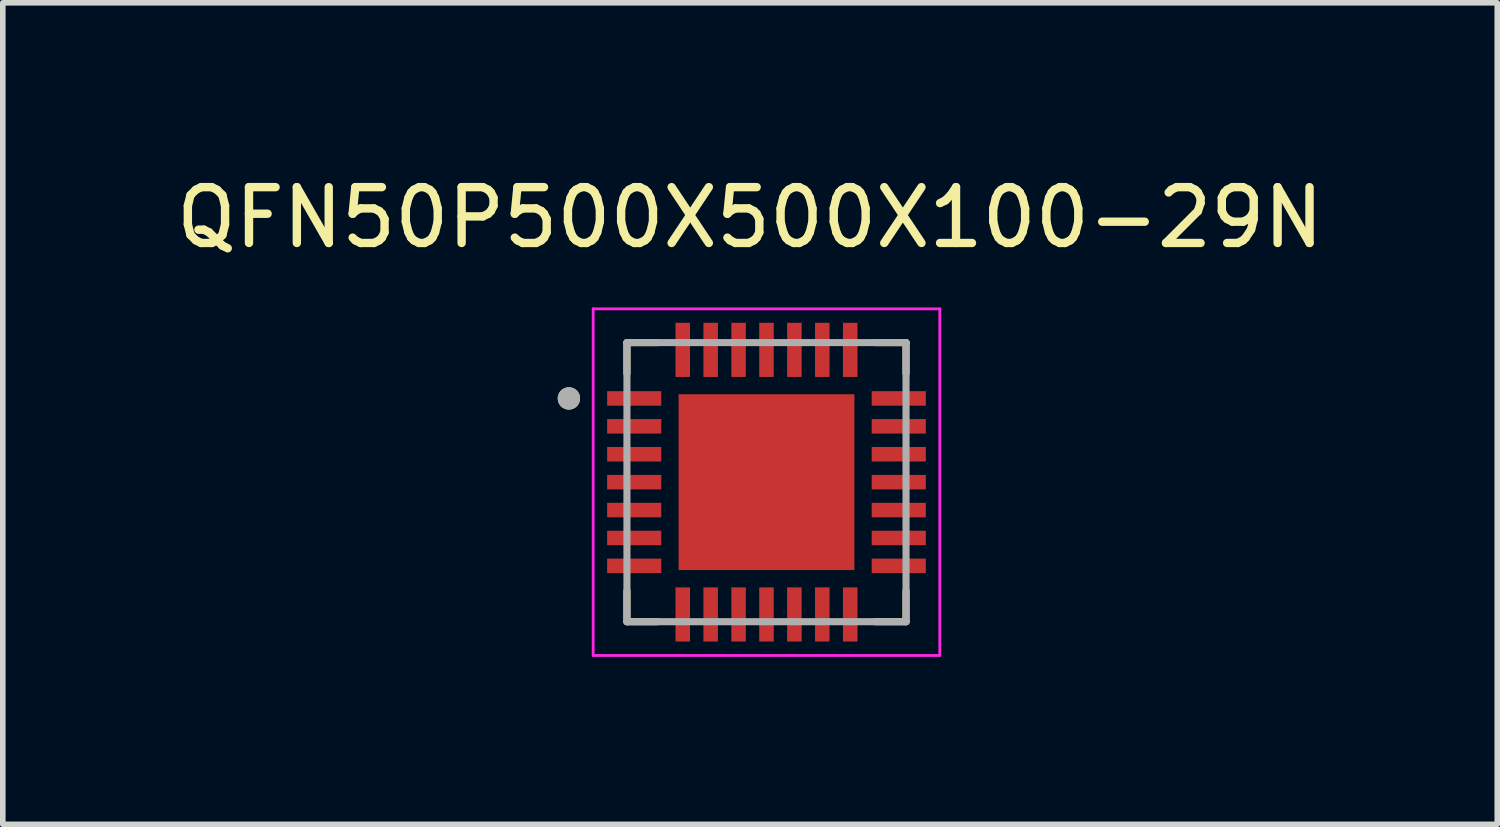
<source format=kicad_pcb>
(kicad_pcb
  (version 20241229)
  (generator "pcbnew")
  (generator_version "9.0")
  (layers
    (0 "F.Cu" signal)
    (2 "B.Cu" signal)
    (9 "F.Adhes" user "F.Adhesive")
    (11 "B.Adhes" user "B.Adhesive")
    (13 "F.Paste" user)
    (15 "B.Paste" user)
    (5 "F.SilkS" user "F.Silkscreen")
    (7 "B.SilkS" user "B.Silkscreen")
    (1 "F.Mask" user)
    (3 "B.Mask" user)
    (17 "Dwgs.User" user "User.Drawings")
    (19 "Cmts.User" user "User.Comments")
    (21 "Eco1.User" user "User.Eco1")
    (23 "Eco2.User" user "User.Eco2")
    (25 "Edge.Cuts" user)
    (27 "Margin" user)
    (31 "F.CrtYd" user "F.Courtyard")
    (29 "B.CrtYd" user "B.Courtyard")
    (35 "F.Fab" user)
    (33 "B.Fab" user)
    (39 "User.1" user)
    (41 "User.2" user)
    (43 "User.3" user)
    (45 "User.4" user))
  (footprint "QFN50P500X500X100-29N"
    (layer "F.Cu")
    (at 10.682 5.588)
    (property "Reference" "QFN50P500X500X100-29N" (at -0.295 -4.74 0) (layer "F.SilkS") (effects (font (size 1 1) (thickness 0.15))))
    (attr through_hole)
    (fp_line (start -2.5 -2.5) (end -2.5 -1.95) (stroke (width 0.127) (type solid)) (layer "F.SilkS"))
    (fp_line (start -2.5 -2.5) (end -1.95 -2.5) (stroke (width 0.127) (type solid)) (layer "F.SilkS"))
    (fp_line (start -2.5 2.5) (end -2.5 1.95) (stroke (width 0.127) (type solid)) (layer "F.SilkS"))
    (fp_line (start -2.5 2.5) (end -1.95 2.5) (stroke (width 0.127) (type solid)) (layer "F.SilkS"))
    (fp_line (start 2.5 -2.5) (end 1.95 -2.5) (stroke (width 0.127) (type solid)) (layer "F.SilkS"))
    (fp_line (start 2.5 -2.5) (end 2.5 -1.95) (stroke (width 0.127) (type solid)) (layer "F.SilkS"))
    (fp_line (start 2.5 2.5) (end 1.95 2.5) (stroke (width 0.127) (type solid)) (layer "F.SilkS"))
    (fp_line (start 2.5 2.5) (end 2.5 1.95) (stroke (width 0.127) (type solid)) (layer "F.SilkS"))
    (fp_circle (center -3.54 -1.5) (end -3.44 -1.5) (stroke (width 0.2) (type solid)) (fill no) (layer "F.SilkS"))
    (fp_poly (pts (xy -1 -1) (xy 1 -1) (xy 1 1) (xy -1 1)) (stroke (width 0.01) (type solid)) (fill yes) (layer "F.Paste"))
    (fp_line (start -3.105 -3.105) (end 3.105 -3.105) (stroke (width 0.05) (type solid)) (layer "F.CrtYd"))
    (fp_line (start -3.105 3.105) (end -3.105 -3.105) (stroke (width 0.05) (type solid)) (layer "F.CrtYd"))
    (fp_line (start -3.105 3.105) (end 3.105 3.105) (stroke (width 0.05) (type solid)) (layer "F.CrtYd"))
    (fp_line (start 3.105 3.105) (end 3.105 -3.105) (stroke (width 0.05) (type solid)) (layer "F.CrtYd"))
    (fp_line (start -2.5 2.5) (end -2.5 -2.5) (stroke (width 0.127) (type solid)) (layer "F.Fab"))
    (fp_line (start 2.5 -2.5) (end -2.5 -2.5) (stroke (width 0.127) (type solid)) (layer "F.Fab"))
    (fp_line (start 2.5 2.5) (end -2.5 2.5) (stroke (width 0.127) (type solid)) (layer "F.Fab"))
    (fp_line (start 2.5 2.5) (end 2.5 -2.5) (stroke (width 0.127) (type solid)) (layer "F.Fab"))
    (fp_circle (center -3.54 -1.5) (end -3.44 -1.5) (stroke (width 0.2) (type solid)) (fill no) (layer "F.Fab"))
    (pad "1" smd rect (at -2.37 -1.5) (size 0.97 0.26) (layers "F.Cu" "F.Mask" "F.Paste"))
    (pad "2" smd rect (at -2.37 -1) (size 0.97 0.26) (layers "F.Cu" "F.Mask" "F.Paste"))
    (pad "3" smd rect (at -2.37 -0.5) (size 0.97 0.26) (layers "F.Cu" "F.Mask" "F.Paste"))
    (pad "4" smd rect (at -2.37 0) (size 0.97 0.26) (layers "F.Cu" "F.Mask" "F.Paste"))
    (pad "5" smd rect (at -2.37 0.5) (size 0.97 0.26) (layers "F.Cu" "F.Mask" "F.Paste"))
    (pad "6" smd rect (at -2.37 1) (size 0.97 0.26) (layers "F.Cu" "F.Mask" "F.Paste"))
    (pad "7" smd rect (at -2.37 1.5) (size 0.97 0.26) (layers "F.Cu" "F.Mask" "F.Paste"))
    (pad "8" smd rect (at -1.5 2.37) (size 0.26 0.97) (layers "F.Cu" "F.Mask" "F.Paste"))
    (pad "9" smd rect (at -1 2.37) (size 0.26 0.97) (layers "F.Cu" "F.Mask" "F.Paste"))
    (pad "10" smd rect (at -0.5 2.37) (size 0.26 0.97) (layers "F.Cu" "F.Mask" "F.Paste"))
    (pad "11" smd rect (at 0 2.37) (size 0.26 0.97) (layers "F.Cu" "F.Mask" "F.Paste"))
    (pad "12" smd rect (at 0.5 2.37) (size 0.26 0.97) (layers "F.Cu" "F.Mask" "F.Paste"))
    (pad "13" smd rect (at 1 2.37) (size 0.26 0.97) (layers "F.Cu" "F.Mask" "F.Paste"))
    (pad "14" smd rect (at 1.5 2.37) (size 0.26 0.97) (layers "F.Cu" "F.Mask" "F.Paste"))
    (pad "15" smd rect (at 2.37 1.5) (size 0.97 0.26) (layers "F.Cu" "F.Mask" "F.Paste"))
    (pad "16" smd rect (at 2.37 1) (size 0.97 0.26) (layers "F.Cu" "F.Mask" "F.Paste"))
    (pad "17" smd rect (at 2.37 0.5) (size 0.97 0.26) (layers "F.Cu" "F.Mask" "F.Paste"))
    (pad "18" smd rect (at 2.37 0) (size 0.97 0.26) (layers "F.Cu" "F.Mask" "F.Paste"))
    (pad "19" smd rect (at 2.37 -0.5) (size 0.97 0.26) (layers "F.Cu" "F.Mask" "F.Paste"))
    (pad "20" smd rect (at 2.37 -1) (size 0.97 0.26) (layers "F.Cu" "F.Mask" "F.Paste"))
    (pad "21" smd rect (at 2.37 -1.5) (size 0.97 0.26) (layers "F.Cu" "F.Mask" "F.Paste"))
    (pad "22" smd rect (at 1.5 -2.37) (size 0.26 0.97) (layers "F.Cu" "F.Mask" "F.Paste"))
    (pad "23" smd rect (at 1 -2.37) (size 0.26 0.97) (layers "F.Cu" "F.Mask" "F.Paste"))
    (pad "24" smd rect (at 0.5 -2.37) (size 0.26 0.97) (layers "F.Cu" "F.Mask" "F.Paste"))
    (pad "25" smd rect (at 0 -2.37) (size 0.26 0.97) (layers "F.Cu" "F.Mask" "F.Paste"))
    (pad "26" smd rect (at -0.5 -2.37) (size 0.26 0.97) (layers "F.Cu" "F.Mask" "F.Paste"))
    (pad "27" smd rect (at -1 -2.37) (size 0.26 0.97) (layers "F.Cu" "F.Mask" "F.Paste"))
    (pad "28" smd rect (at -1.5 -2.37) (size 0.26 0.97) (layers "F.Cu" "F.Mask" "F.Paste"))
    (pad "29" smd rect (at 0 0) (size 3.15 3.15) (layers "F.Cu" "F.Mask")))
  (gr_rect
    (start -3 -3)
    (end 23.774 11.718)
    (stroke (width 0.1) (type default))
    (fill no)
    (layer "Edge.Cuts")))
</source>
